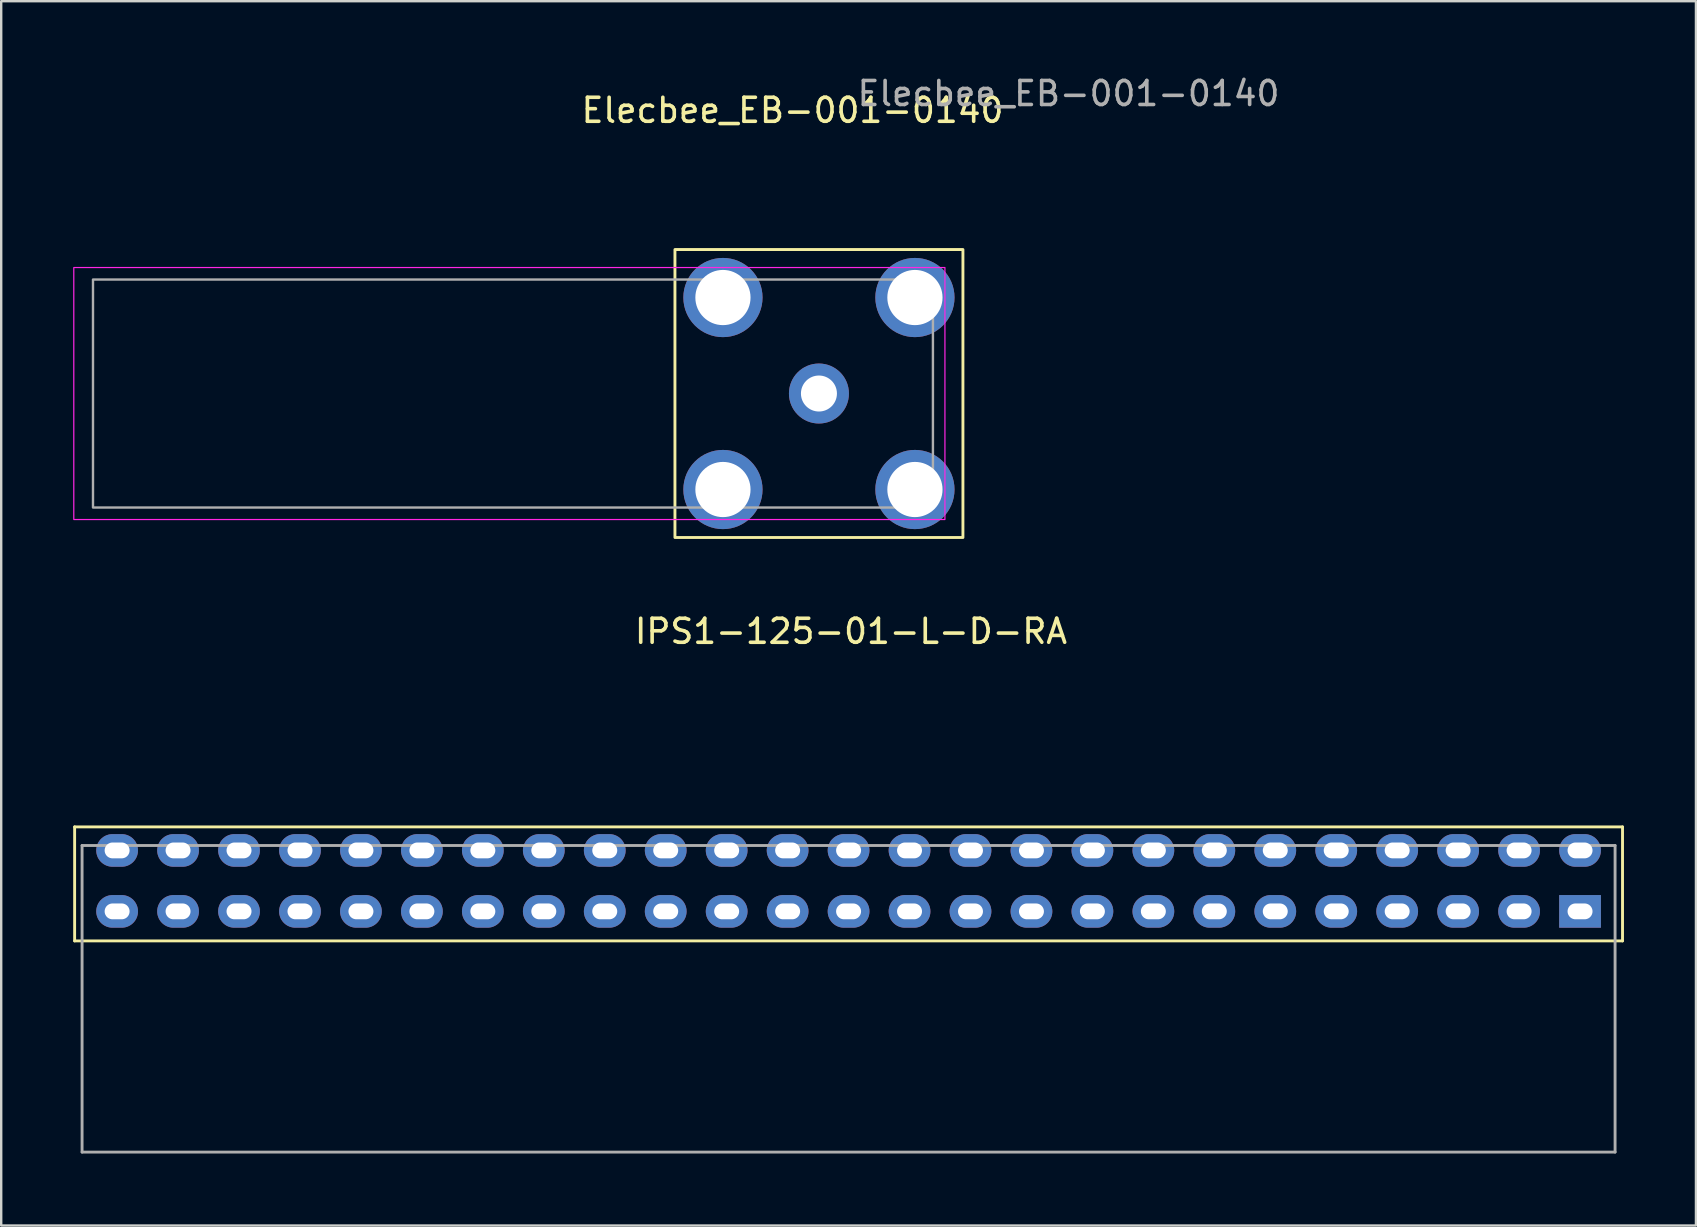
<source format=kicad_pcb>
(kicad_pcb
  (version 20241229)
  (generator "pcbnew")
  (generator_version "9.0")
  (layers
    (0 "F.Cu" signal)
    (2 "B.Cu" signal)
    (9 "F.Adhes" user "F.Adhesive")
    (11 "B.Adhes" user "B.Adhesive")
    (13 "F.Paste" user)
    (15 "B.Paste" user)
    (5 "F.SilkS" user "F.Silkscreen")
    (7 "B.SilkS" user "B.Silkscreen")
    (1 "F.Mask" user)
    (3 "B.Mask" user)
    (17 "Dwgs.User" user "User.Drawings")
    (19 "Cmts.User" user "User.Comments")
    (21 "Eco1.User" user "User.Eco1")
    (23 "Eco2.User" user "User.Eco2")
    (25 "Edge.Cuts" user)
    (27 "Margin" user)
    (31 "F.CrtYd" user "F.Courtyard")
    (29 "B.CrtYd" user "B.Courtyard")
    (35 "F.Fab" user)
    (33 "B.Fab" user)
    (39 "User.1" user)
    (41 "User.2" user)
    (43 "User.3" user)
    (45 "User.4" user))
  (footprint "Elecbee_EB-001-0140"
    (layer "F.Cu")
    (at 31.075 13.348)
    (property "Reference" "Elecbee_EB-001-0140" (at -1.1 -11.8 0) (unlocked yes) (layer "F.SilkS") (effects (font (size 1 1) (thickness 0.15))))
    (attr through_hole)
    (fp_rect (start -6 -6) (end 6 6) (stroke (width 0.12) (type solid)) (fill no) (layer "F.SilkS"))
    (fp_rect (start -31.05 -5.25) (end 5.25 5.25) (stroke (width 0.05) (type solid)) (fill no) (layer "F.CrtYd"))
    (fp_rect (start 4.75 -4.75) (end -30.25 4.75) (stroke (width 0.1) (type solid)) (fill no) (layer "F.Fab"))
    (fp_text user "${REFERENCE}" (at 10.4 -12.5 0) (unlocked yes) (layer "F.Fab") (effects (font (size 1 1) (thickness 0.15))))
    (pad "1" thru_hole circle (at 0 0) (size 2.5 2.5) (drill 1.5) (layers "*.Cu" "*.Mask"))
    (pad "2" thru_hole circle (at -4 4) (size 3.3 3.3) (drill 2.3) (layers "*.Cu" "*.Mask"))
    (pad "3" thru_hole circle (at 4 4) (size 3.3 3.3) (drill 2.3) (layers "*.Cu" "*.Mask"))
    (pad "4" thru_hole circle (at 4 -4) (size 3.3 3.3) (drill 2.3) (layers "*.Cu" "*.Mask"))
    (pad "5" thru_hole circle (at -4 -4) (size 3.3 3.3) (drill 2.3) (layers "*.Cu" "*.Mask")))
  (footprint "IPS1-125-01-L-D-RA"
    (layer "F.Cu")
    (at 32.31 33.657)
    (property "Reference" "IPS1-125-01-L-D-RA" (at 0.1 -10.4 0) (layer "F.SilkS") (effects (font (size 1 1) (thickness 0.15))))
    (attr through_hole)
    (fp_line (start -32.25 -2.25) (end -32.25 2.5) (stroke (width 0.12) (type solid)) (layer "F.SilkS"))
    (fp_line (start -32.25 -2.25) (end 32.25 -2.25) (stroke (width 0.12) (type solid)) (layer "F.SilkS"))
    (fp_line (start -32.25 2.5) (end 32.25 2.5) (stroke (width 0.12) (type solid)) (layer "F.SilkS"))
    (fp_line (start 32.25 -2.25) (end 32.25 2.5) (stroke (width 0.12) (type solid)) (layer "F.SilkS"))
    (fp_line (start -31.94 -1.475) (end 31.94 -1.475) (stroke (width 0.12) (type solid)) (layer "F.Fab"))
    (fp_line (start -31.94 11.3) (end -31.94 -1.475) (stroke (width 0.12) (type solid)) (layer "F.Fab"))
    (fp_line (start 31.94 -1.475) (end 31.94 11.3) (stroke (width 0.12) (type solid)) (layer "F.Fab"))
    (fp_line (start 31.94 11.3) (end -31.94 11.3) (stroke (width 0.12) (type solid)) (layer "F.Fab"))
    (pad "1" thru_hole rect (at 30.48 1.27) (size 1.74 1.36) (drill oval 1.04 0.66) (layers "*.Cu" "*.Mask"))
    (pad "2" thru_hole oval (at 30.48 -1.27) (size 1.74 1.36) (drill oval 1.04 0.66) (layers "*.Cu" "*.Mask"))
    (pad "3" thru_hole oval (at 27.94 1.27) (size 1.74 1.36) (drill oval 1.04 0.66) (layers "*.Cu" "*.Mask"))
    (pad "4" thru_hole oval (at 27.94 -1.27) (size 1.74 1.36) (drill oval 1.04 0.66) (layers "*.Cu" "*.Mask"))
    (pad "5" thru_hole oval (at 25.4 1.27) (size 1.74 1.36) (drill oval 1.04 0.66) (layers "*.Cu" "*.Mask"))
    (pad "6" thru_hole oval (at 25.4 -1.27) (size 1.74 1.36) (drill oval 1.04 0.66) (layers "*.Cu" "*.Mask"))
    (pad "7" thru_hole oval (at 22.86 1.27) (size 1.74 1.36) (drill oval 1.04 0.66) (layers "*.Cu" "*.Mask"))
    (pad "8" thru_hole oval (at 22.86 -1.27) (size 1.74 1.36) (drill oval 1.04 0.66) (layers "*.Cu" "*.Mask"))
    (pad "9" thru_hole oval (at 20.32 1.27) (size 1.74 1.36) (drill oval 1.04 0.66) (layers "*.Cu" "*.Mask"))
    (pad "10" thru_hole oval (at 20.32 -1.27) (size 1.74 1.36) (drill oval 1.04 0.66) (layers "*.Cu" "*.Mask"))
    (pad "11" thru_hole oval (at 17.78 1.27) (size 1.74 1.36) (drill oval 1.04 0.66) (layers "*.Cu" "*.Mask"))
    (pad "12" thru_hole oval (at 17.78 -1.27) (size 1.74 1.36) (drill oval 1.04 0.66) (layers "*.Cu" "*.Mask"))
    (pad "13" thru_hole oval (at 15.24 1.27) (size 1.74 1.36) (drill oval 1.04 0.66) (layers "*.Cu" "*.Mask"))
    (pad "14" thru_hole oval (at 15.24 -1.27) (size 1.74 1.36) (drill oval 1.04 0.66) (layers "*.Cu" "*.Mask"))
    (pad "15" thru_hole oval (at 12.7 1.27) (size 1.74 1.36) (drill oval 1.04 0.66) (layers "*.Cu" "*.Mask"))
    (pad "16" thru_hole oval (at 12.7 -1.27) (size 1.74 1.36) (drill oval 1.04 0.66) (layers "*.Cu" "*.Mask"))
    (pad "17" thru_hole oval (at 10.16 1.27) (size 1.74 1.36) (drill oval 1.04 0.66) (layers "*.Cu" "*.Mask"))
    (pad "18" thru_hole oval (at 10.16 -1.27) (size 1.74 1.36) (drill oval 1.04 0.66) (layers "*.Cu" "*.Mask"))
    (pad "19" thru_hole oval (at 7.62 1.27) (size 1.74 1.36) (drill oval 1.04 0.66) (layers "*.Cu" "*.Mask"))
    (pad "20" thru_hole oval (at 7.62 -1.27) (size 1.74 1.36) (drill oval 1.04 0.66) (layers "*.Cu" "*.Mask"))
    (pad "21" thru_hole oval (at 5.08 1.27) (size 1.74 1.36) (drill oval 1.04 0.66) (layers "*.Cu" "*.Mask"))
    (pad "22" thru_hole oval (at 5.08 -1.27) (size 1.74 1.36) (drill oval 1.04 0.66) (layers "*.Cu" "*.Mask"))
    (pad "23" thru_hole oval (at 2.54 1.27) (size 1.74 1.36) (drill oval 1.04 0.66) (layers "*.Cu" "*.Mask"))
    (pad "24" thru_hole oval (at 2.54 -1.27) (size 1.74 1.36) (drill oval 1.04 0.66) (layers "*.Cu" "*.Mask"))
    (pad "25" thru_hole oval (at 0 1.27) (size 1.74 1.36) (drill oval 1.04 0.66) (layers "*.Cu" "*.Mask"))
    (pad "26" thru_hole oval (at 0 -1.27) (size 1.74 1.36) (drill oval 1.04 0.66) (layers "*.Cu" "*.Mask"))
    (pad "27" thru_hole oval (at -2.54 1.27) (size 1.74 1.36) (drill oval 1.04 0.66) (layers "*.Cu" "*.Mask"))
    (pad "28" thru_hole oval (at -2.54 -1.27) (size 1.74 1.36) (drill oval 1.04 0.66) (layers "*.Cu" "*.Mask"))
    (pad "29" thru_hole oval (at -5.08 1.27) (size 1.74 1.36) (drill oval 1.04 0.66) (layers "*.Cu" "*.Mask"))
    (pad "30" thru_hole oval (at -5.08 -1.27) (size 1.74 1.36) (drill oval 1.04 0.66) (layers "*.Cu" "*.Mask"))
    (pad "31" thru_hole oval (at -7.62 1.27) (size 1.74 1.36) (drill oval 1.04 0.66) (layers "*.Cu" "*.Mask"))
    (pad "32" thru_hole oval (at -7.62 -1.27) (size 1.74 1.36) (drill oval 1.04 0.66) (layers "*.Cu" "*.Mask"))
    (pad "33" thru_hole oval (at -10.16 1.27) (size 1.74 1.36) (drill oval 1.04 0.66) (layers "*.Cu" "*.Mask"))
    (pad "34" thru_hole oval (at -10.16 -1.27) (size 1.74 1.36) (drill oval 1.04 0.66) (layers "*.Cu" "*.Mask"))
    (pad "35" thru_hole oval (at -12.7 1.27) (size 1.74 1.36) (drill oval 1.04 0.66) (layers "*.Cu" "*.Mask"))
    (pad "36" thru_hole oval (at -12.7 -1.27) (size 1.74 1.36) (drill oval 1.04 0.66) (layers "*.Cu" "*.Mask"))
    (pad "37" thru_hole oval (at -15.24 1.27) (size 1.74 1.36) (drill oval 1.04 0.66) (layers "*.Cu" "*.Mask"))
    (pad "38" thru_hole oval (at -15.24 -1.27) (size 1.74 1.36) (drill oval 1.04 0.66) (layers "*.Cu" "*.Mask"))
    (pad "39" thru_hole oval (at -17.78 1.27) (size 1.74 1.36) (drill oval 1.04 0.66) (layers "*.Cu" "*.Mask"))
    (pad "40" thru_hole oval (at -17.78 -1.27) (size 1.74 1.36) (drill oval 1.04 0.66) (layers "*.Cu" "*.Mask"))
    (pad "41" thru_hole oval (at -20.32 1.27) (size 1.74 1.36) (drill oval 1.04 0.66) (layers "*.Cu" "*.Mask"))
    (pad "42" thru_hole oval (at -20.32 -1.27) (size 1.74 1.36) (drill oval 1.04 0.66) (layers "*.Cu" "*.Mask"))
    (pad "43" thru_hole oval (at -22.86 1.27) (size 1.74 1.36) (drill oval 1.04 0.66) (layers "*.Cu" "*.Mask"))
    (pad "44" thru_hole oval (at -22.86 -1.27) (size 1.74 1.36) (drill oval 1.04 0.66) (layers "*.Cu" "*.Mask"))
    (pad "45" thru_hole oval (at -25.4 1.27) (size 1.74 1.36) (drill oval 1.04 0.66) (layers "*.Cu" "*.Mask"))
    (pad "46" thru_hole oval (at -25.4 -1.27) (size 1.74 1.36) (drill oval 1.04 0.66) (layers "*.Cu" "*.Mask"))
    (pad "47" thru_hole oval (at -27.94 1.27) (size 1.74 1.36) (drill oval 1.04 0.66) (layers "*.Cu" "*.Mask"))
    (pad "48" thru_hole oval (at -27.94 -1.27) (size 1.74 1.36) (drill oval 1.04 0.66) (layers "*.Cu" "*.Mask"))
    (pad "49" thru_hole oval (at -30.48 1.27) (size 1.74 1.36) (drill oval 1.04 0.66) (layers "*.Cu" "*.Mask"))
    (pad "50" thru_hole oval (at -30.48 -1.27) (size 1.74 1.36) (drill oval 1.04 0.66) (layers "*.Cu" "*.Mask")))
  (gr_rect
    (start -3 -3)
    (end 67.62 48.017)
    (stroke (width 0.1) (type default))
    (fill no)
    (layer "Edge.Cuts")))
</source>
